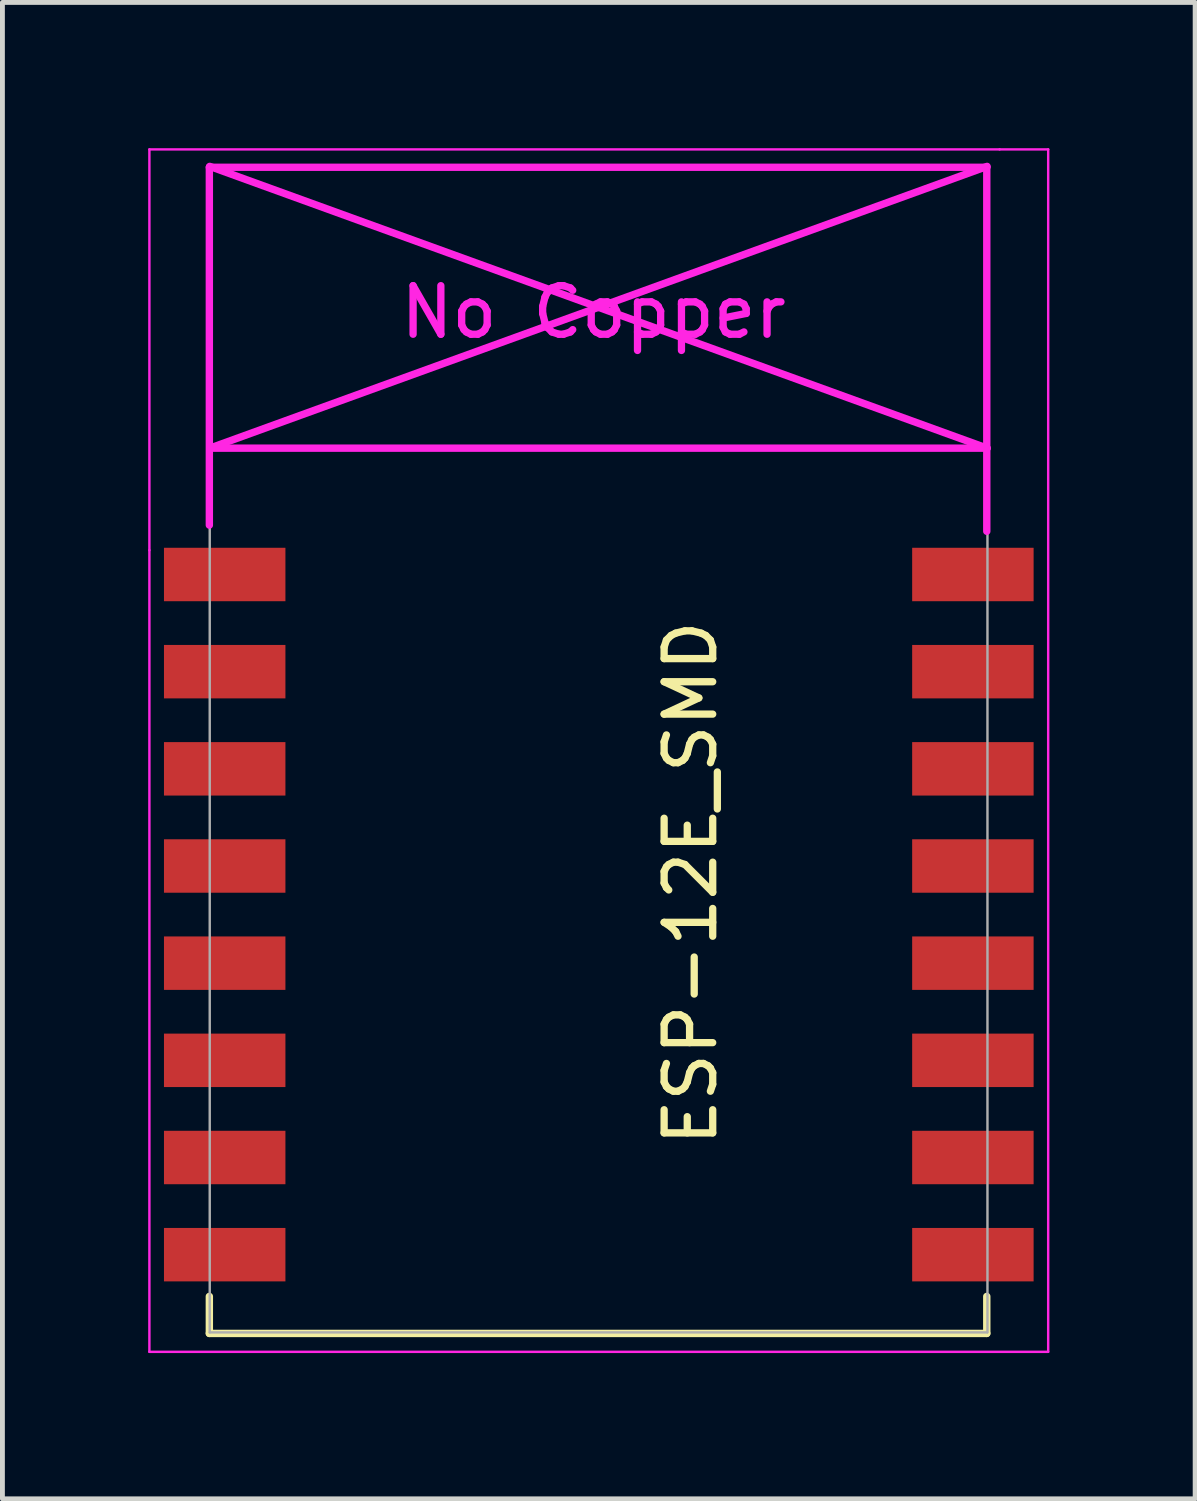
<source format=kicad_pcb>
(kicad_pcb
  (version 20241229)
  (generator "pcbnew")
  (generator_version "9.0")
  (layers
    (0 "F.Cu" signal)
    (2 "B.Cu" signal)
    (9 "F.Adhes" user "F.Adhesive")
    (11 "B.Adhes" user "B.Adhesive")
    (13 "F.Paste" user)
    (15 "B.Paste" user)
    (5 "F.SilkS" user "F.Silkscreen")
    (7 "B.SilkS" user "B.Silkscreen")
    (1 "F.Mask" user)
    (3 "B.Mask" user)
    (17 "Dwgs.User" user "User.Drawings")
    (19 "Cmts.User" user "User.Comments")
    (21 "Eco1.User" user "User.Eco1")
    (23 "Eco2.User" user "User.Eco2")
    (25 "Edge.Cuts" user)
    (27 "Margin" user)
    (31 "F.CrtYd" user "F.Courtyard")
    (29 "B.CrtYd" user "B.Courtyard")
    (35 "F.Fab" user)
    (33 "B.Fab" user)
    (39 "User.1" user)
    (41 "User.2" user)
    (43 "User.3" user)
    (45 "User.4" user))
  (footprint "ESP-12E_SMD"
    (layer "F.Cu")
    (at 2.275 8.775)
    (property "Reference" "ESP-12E_SMD" (at 8.89 6.35 90) (layer "F.SilkS") (effects (font (size 1 1) (thickness 0.15))))
    (attr through_hole)
    (fp_line (start -1.016 14.859) (end -1.016 15.621) (stroke (width 0.152) (type solid)) (layer "F.SilkS"))
    (fp_line (start -1.016 15.621) (end 14.986 15.621) (stroke (width 0.152) (type solid)) (layer "F.SilkS"))
    (fp_line (start 14.986 15.621) (end 14.986 14.859) (stroke (width 0.152) (type solid)) (layer "F.SilkS"))
    (fp_line (start -2.25 -8.75) (end 15.25 -8.75) (stroke (width 0.05) (type solid)) (layer "F.CrtYd"))
    (fp_line (start -2.25 -0.5) (end -2.25 -8.75) (stroke (width 0.05) (type solid)) (layer "F.CrtYd"))
    (fp_line (start -2.25 16) (end -2.25 -0.5) (stroke (width 0.05) (type solid)) (layer "F.CrtYd"))
    (fp_line (start -1.016 -8.382) (end -1.016 -1.016) (stroke (width 0.152) (type solid)) (layer "F.CrtYd"))
    (fp_line (start -1.016 -8.382) (end 14.986 -8.382) (stroke (width 0.152) (type solid)) (layer "F.CrtYd"))
    (fp_line (start -1.008 -8.4) (end 14.992 -2.6) (stroke (width 0.152) (type solid)) (layer "F.CrtYd"))
    (fp_line (start -1.008 -2.6) (end 14.992 -2.6) (stroke (width 0.152) (type solid)) (layer "F.CrtYd"))
    (fp_line (start 14.986 -8.382) (end 14.986 -0.889) (stroke (width 0.152) (type solid)) (layer "F.CrtYd"))
    (fp_line (start 14.992 -8.4) (end -1.008 -2.6) (stroke (width 0.152) (type solid)) (layer "F.CrtYd"))
    (fp_line (start 15.25 -8.75) (end 16.25 -8.75) (stroke (width 0.05) (type solid)) (layer "F.CrtYd"))
    (fp_line (start 16.25 -8.75) (end 16.25 16) (stroke (width 0.05) (type solid)) (layer "F.CrtYd"))
    (fp_line (start 16.25 16) (end -2.25 16) (stroke (width 0.05) (type solid)) (layer "F.CrtYd"))
    (fp_line (start -1.008 -8.4) (end 14.992 -8.4) (stroke (width 0.05) (type solid)) (layer "F.Fab"))
    (fp_line (start -1.008 15.6) (end -1.008 -8.4) (stroke (width 0.05) (type solid)) (layer "F.Fab"))
    (fp_line (start 14.992 15.6) (end -1.008 15.6) (stroke (width 0.05) (type solid)) (layer "F.Fab"))
    (fp_line (start 15 -8.4) (end 15 15.6) (stroke (width 0.05) (type solid)) (layer "F.Fab"))
    (fp_text user "No Copper" (at 6.892 -5.4 0) (layer "F.CrtYd") (effects (font (size 1 1) (thickness 0.15))))
    (pad "1" smd rect (at 0 0) (size 2.5 1.1) (drill (offset -0.7 0)) (layers "F.Cu" "F.Mask" "F.Paste"))
    (pad "2" smd rect (at 0 2) (size 2.5 1.1) (drill (offset -0.7 0)) (layers "F.Cu" "F.Mask" "F.Paste"))
    (pad "3" smd rect (at 0 4) (size 2.5 1.1) (drill (offset -0.7 0)) (layers "F.Cu" "F.Mask" "F.Paste"))
    (pad "4" smd rect (at 0 6) (size 2.5 1.1) (drill (offset -0.7 0)) (layers "F.Cu" "F.Mask" "F.Paste"))
    (pad "5" smd rect (at 0 8) (size 2.5 1.1) (drill (offset -0.7 0)) (layers "F.Cu" "F.Mask" "F.Paste"))
    (pad "6" smd rect (at 0 10) (size 2.5 1.1) (drill (offset -0.7 0)) (layers "F.Cu" "F.Mask" "F.Paste"))
    (pad "7" smd rect (at 0 12) (size 2.5 1.1) (drill (offset -0.7 0)) (layers "F.Cu" "F.Mask" "F.Paste"))
    (pad "8" smd rect (at 0 14) (size 2.5 1.1) (drill (offset -0.7 0)) (layers "F.Cu" "F.Mask" "F.Paste"))
    (pad "9" smd rect (at 14 14) (size 2.5 1.1) (drill (offset 0.7 0)) (layers "F.Cu" "F.Mask" "F.Paste"))
    (pad "10" smd rect (at 14 12) (size 2.5 1.1) (drill (offset 0.7 0)) (layers "F.Cu" "F.Mask" "F.Paste"))
    (pad "11" smd rect (at 14 10) (size 2.5 1.1) (drill (offset 0.7 0)) (layers "F.Cu" "F.Mask" "F.Paste"))
    (pad "12" smd rect (at 14 8) (size 2.5 1.1) (drill (offset 0.7 0)) (layers "F.Cu" "F.Mask" "F.Paste"))
    (pad "13" smd rect (at 14 6) (size 2.5 1.1) (drill (offset 0.7 0)) (layers "F.Cu" "F.Mask" "F.Paste"))
    (pad "14" smd rect (at 14 4) (size 2.5 1.1) (drill (offset 0.7 0)) (layers "F.Cu" "F.Mask" "F.Paste"))
    (pad "15" smd rect (at 14 2) (size 2.5 1.1) (drill (offset 0.7 0)) (layers "F.Cu" "F.Mask" "F.Paste"))
    (pad "16" smd rect (at 14 0) (size 2.5 1.1) (drill (offset 0.7 0)) (layers "F.Cu" "F.Mask" "F.Paste")))
  (gr_rect
    (start -3 -3)
    (end 21.55 27.8)
    (stroke (width 0.1) (type default))
    (fill no)
    (layer "Edge.Cuts")))
</source>
